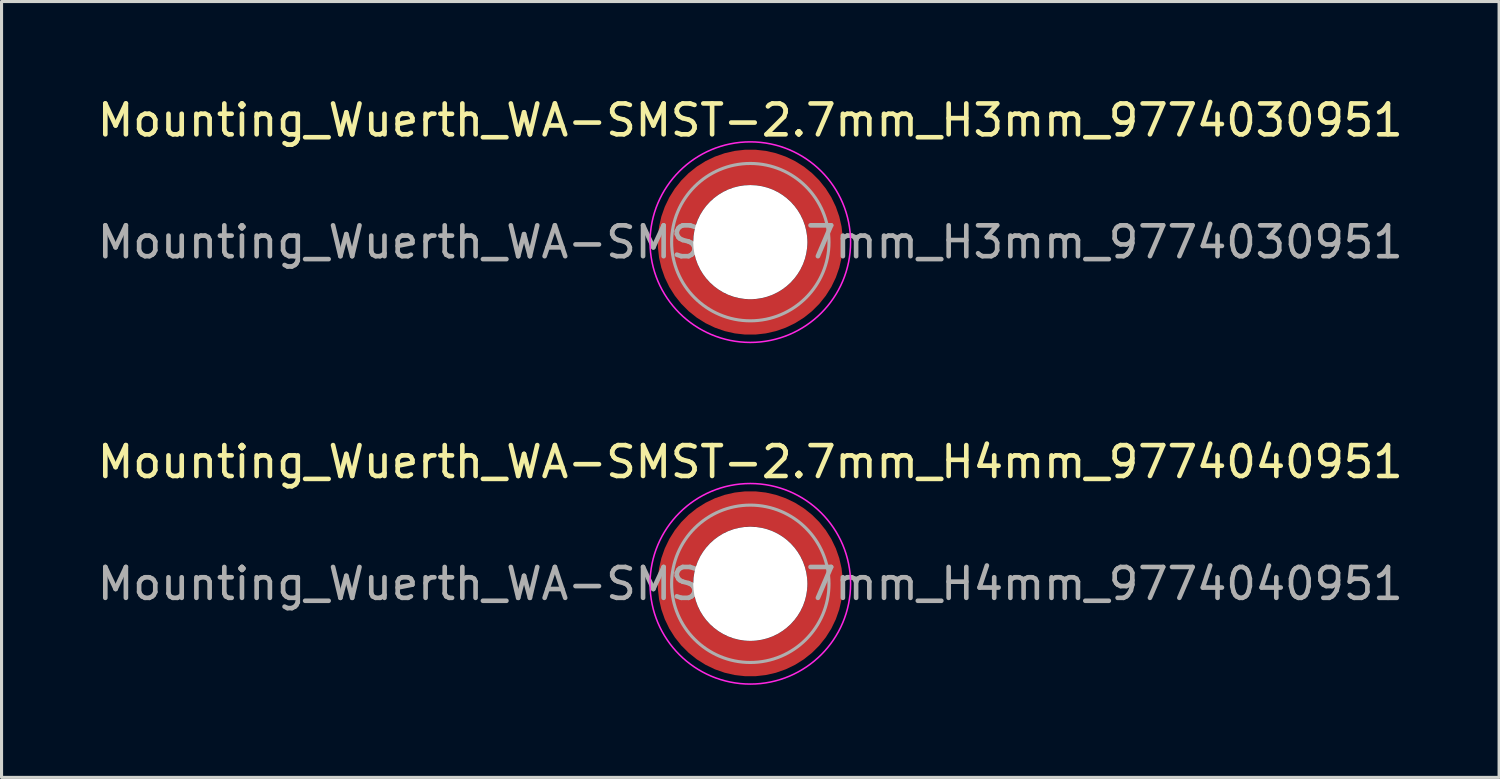
<source format=kicad_pcb>
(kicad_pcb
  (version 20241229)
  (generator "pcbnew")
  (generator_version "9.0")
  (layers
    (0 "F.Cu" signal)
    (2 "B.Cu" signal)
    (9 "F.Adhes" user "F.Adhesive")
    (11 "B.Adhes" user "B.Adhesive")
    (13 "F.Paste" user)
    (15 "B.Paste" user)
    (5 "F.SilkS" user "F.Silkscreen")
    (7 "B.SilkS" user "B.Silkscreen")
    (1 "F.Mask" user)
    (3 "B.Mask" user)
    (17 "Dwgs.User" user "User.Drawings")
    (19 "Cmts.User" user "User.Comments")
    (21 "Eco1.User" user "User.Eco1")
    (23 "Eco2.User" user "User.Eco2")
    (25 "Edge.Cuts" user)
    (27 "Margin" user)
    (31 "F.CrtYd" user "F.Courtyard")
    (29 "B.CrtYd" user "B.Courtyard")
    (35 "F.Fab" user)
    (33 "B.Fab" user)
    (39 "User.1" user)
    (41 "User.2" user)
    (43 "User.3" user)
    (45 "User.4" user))
  (footprint "Mounting_Wuerth_WA-SMST-2.7mm_H4mm_9774040951"
    (layer "F.Cu")
    (at 21.268 15.871)
    (property "Reference" "Mounting_Wuerth_WA-SMST-2.7mm_H4mm_9774040951" (at 0 -3.95 0) (layer "F.SilkS") (effects (font (size 1 1) (thickness 0.15))))
    (attr smd)
    (fp_circle (center 0 0) (end 3.25 0) (stroke (width 0.05) (type solid)) (fill no) (layer "F.CrtYd"))
    (fp_circle (center 0 0) (end 2.55 0) (stroke (width 0.1) (type solid)) (fill no) (layer "F.Fab"))
    (fp_text user "${REFERENCE}" (at 0 0 0) (layer "F.Fab") (effects (font (size 1 1) (thickness 0.15))))
    (pad "" smd custom (at -1.704 -1.704) (size 0.62 0.62) (layers "F.Paste") (options (anchor circle)) (primitives (gr_arc (start -0.250195 1.279127) (mid 0.289914 0.289914) (end 1.279127 -0.250195) (width 0.2)) (gr_arc (start -0.34334 1.279127) (mid 0.225488 0.225488) (end 1.279127 -0.34334) (width 0.2)) (gr_arc (start -0.436309 1.279127) (mid 0.161063 0.161063) (end 1.279127 -0.436309) (width 0.2)) (gr_arc (start -0.529126 1.279127) (mid 0.096638 0.096638) (end 1.279127 -0.529126) (width 0.2)) (gr_arc (start -0.621807 1.279127) (mid 0.032213 0.032213) (end 1.279127 -0.621807) (width 0.2)) (gr_arc (start -0.71437 1.279127) (mid -0.032213 -0.032213) (end 1.279127 -0.71437) (width 0.2)) (gr_arc (start -0.806826 1.279127) (mid -0.096638 -0.096638) (end 1.279127 -0.806826) (width 0.2)) (gr_arc (start -0.899187 1.279127) (mid -0.161063 -0.161063) (end 1.279127 -0.899187) (width 0.2)) (gr_arc (start -0.991463 1.279127) (mid -0.225488 -0.225488) (end 1.279127 -0.991463) (width 0.2)) (gr_arc (start -1.083663 1.279127) (mid -0.289914 -0.289914) (end 1.279127 -1.083663) (width 0.2)) (gr_line (start 1.279 -0.25) (end 1.279 -1.084) (width 0.2)) (gr_line (start -0.25 1.279) (end -1.084 1.279) (width 0.2))))
    (pad "" smd custom (at -1.704 1.704) (size 0.62 0.62) (layers "F.Paste") (options (anchor circle)) (primitives (gr_arc (start 1.279127 0.250195) (mid 0.289914 -0.289914) (end -0.250195 -1.279127) (width 0.2)) (gr_arc (start 1.279127 0.34334) (mid 0.225488 -0.225488) (end -0.34334 -1.279127) (width 0.2)) (gr_arc (start 1.279127 0.436309) (mid 0.161063 -0.161063) (end -0.436309 -1.279127) (width 0.2)) (gr_arc (start 1.279127 0.529126) (mid 0.096638 -0.096638) (end -0.529126 -1.279127) (width 0.2)) (gr_arc (start 1.279127 0.621807) (mid 0.032213 -0.032213) (end -0.621807 -1.279127) (width 0.2)) (gr_arc (start 1.279127 0.71437) (mid -0.032213 0.032213) (end -0.71437 -1.279127) (width 0.2)) (gr_arc (start 1.279127 0.806826) (mid -0.096638 0.096638) (end -0.806826 -1.279127) (width 0.2)) (gr_arc (start 1.279127 0.899187) (mid -0.161063 0.161063) (end -0.899187 -1.279127) (width 0.2)) (gr_arc (start 1.279127 0.991463) (mid -0.225488 0.225488) (end -0.991463 -1.279127) (width 0.2)) (gr_arc (start 1.279127 1.083663) (mid -0.289914 0.289914) (end -1.083663 -1.279127) (width 0.2)) (gr_line (start -0.25 -1.279) (end -1.084 -1.279) (width 0.2)) (gr_line (start 1.279 0.25) (end 1.279 1.084) (width 0.2))))
    (pad "" np_thru_hole circle (at 0 0) (size 3.7 3.7) (drill 3.7) (layers "*.Cu" "*.Mask"))
    (pad "" smd custom (at 1.704 -1.704) (size 0.62 0.62) (layers "F.Paste") (options (anchor circle)) (primitives (gr_arc (start -1.279127 -0.250195) (mid -0.289914 0.289914) (end 0.250195 1.279127) (width 0.2)) (gr_arc (start -1.279127 -0.34334) (mid -0.225488 0.225488) (end 0.34334 1.279127) (width 0.2)) (gr_arc (start -1.279127 -0.436309) (mid -0.161063 0.161063) (end 0.436309 1.279127) (width 0.2)) (gr_arc (start -1.279127 -0.529126) (mid -0.096638 0.096638) (end 0.529126 1.279127) (width 0.2)) (gr_arc (start -1.279127 -0.621807) (mid -0.032213 0.032213) (end 0.621807 1.279127) (width 0.2)) (gr_arc (start -1.279127 -0.71437) (mid 0.032213 -0.032213) (end 0.71437 1.279127) (width 0.2)) (gr_arc (start -1.279127 -0.806826) (mid 0.096638 -0.096638) (end 0.806826 1.279127) (width 0.2)) (gr_arc (start -1.279127 -0.899187) (mid 0.161063 -0.161063) (end 0.899187 1.279127) (width 0.2)) (gr_arc (start -1.279127 -0.991463) (mid 0.225488 -0.225488) (end 0.991463 1.279127) (width 0.2)) (gr_arc (start -1.279127 -1.083663) (mid 0.289914 -0.289914) (end 1.083663 1.279127) (width 0.2)) (gr_line (start 0.25 1.279) (end 1.084 1.279) (width 0.2)) (gr_line (start -1.279 -0.25) (end -1.279 -1.084) (width 0.2))))
    (pad "" smd custom (at 1.704 1.704) (size 0.62 0.62) (layers "F.Paste") (options (anchor circle)) (primitives (gr_arc (start 0.250195 -1.279127) (mid -0.289914 -0.289914) (end -1.279127 0.250195) (width 0.2)) (gr_arc (start 0.34334 -1.279127) (mid -0.225488 -0.225488) (end -1.279127 0.34334) (width 0.2)) (gr_arc (start 0.436309 -1.279127) (mid -0.161063 -0.161063) (end -1.279127 0.436309) (width 0.2)) (gr_arc (start 0.529126 -1.279127) (mid -0.096638 -0.096638) (end -1.279127 0.529126) (width 0.2)) (gr_arc (start 0.621807 -1.279127) (mid -0.032213 -0.032213) (end -1.279127 0.621807) (width 0.2)) (gr_arc (start 0.71437 -1.279127) (mid 0.032213 0.032213) (end -1.279127 0.71437) (width 0.2)) (gr_arc (start 0.806826 -1.279127) (mid 0.096638 0.096638) (end -1.279127 0.806826) (width 0.2)) (gr_arc (start 0.899187 -1.279127) (mid 0.161063 0.161063) (end -1.279127 0.899187) (width 0.2)) (gr_arc (start 0.991463 -1.279127) (mid 0.225488 0.225488) (end -1.279127 0.991463) (width 0.2)) (gr_arc (start 1.083663 -1.279127) (mid 0.289914 0.289914) (end -1.279127 1.083663) (width 0.2)) (gr_line (start -1.279 0.25) (end -1.279 1.084) (width 0.2)) (gr_line (start 0.25 -1.279) (end 1.084 -1.279) (width 0.2))))
    (pad "1" smd circle (at -2.425 0) (size 0.75 0.75) (layers "F.Cu"))
    (pad "1" smd circle (at 0 -2.425) (size 0.75 0.75) (layers "F.Cu"))
    (pad "1" smd circle (at 0 2.425) (size 0.75 0.75) (layers "F.Cu"))
    (pad "1" smd custom (at 2.425 0) (size 0.75 0.75) (layers "F.Cu" "F.Mask") (options (anchor circle)) (primitives (gr_circle (center -2.425 0) (end 0 0) (width 1.15) (fill no)))))
  (footprint "Mounting_Wuerth_WA-SMST-2.7mm_H3mm_9774030951"
    (layer "F.Cu")
    (at 21.268 4.798)
    (property "Reference" "Mounting_Wuerth_WA-SMST-2.7mm_H3mm_9774030951" (at 0 -3.95 0) (layer "F.SilkS") (effects (font (size 1 1) (thickness 0.15))))
    (attr smd)
    (fp_circle (center 0 0) (end 3.25 0) (stroke (width 0.05) (type solid)) (fill no) (layer "F.CrtYd"))
    (fp_circle (center 0 0) (end 2.55 0) (stroke (width 0.1) (type solid)) (fill no) (layer "F.Fab"))
    (fp_text user "${REFERENCE}" (at 0 0 0) (layer "F.Fab") (effects (font (size 1 1) (thickness 0.15))))
    (pad "" smd custom (at -1.704 -1.704) (size 0.62 0.62) (layers "F.Paste") (options (anchor circle)) (primitives (gr_arc (start -0.250195 1.279127) (mid 0.289914 0.289914) (end 1.279127 -0.250195) (width 0.2)) (gr_arc (start -0.34334 1.279127) (mid 0.225488 0.225488) (end 1.279127 -0.34334) (width 0.2)) (gr_arc (start -0.436309 1.279127) (mid 0.161063 0.161063) (end 1.279127 -0.436309) (width 0.2)) (gr_arc (start -0.529126 1.279127) (mid 0.096638 0.096638) (end 1.279127 -0.529126) (width 0.2)) (gr_arc (start -0.621807 1.279127) (mid 0.032213 0.032213) (end 1.279127 -0.621807) (width 0.2)) (gr_arc (start -0.71437 1.279127) (mid -0.032213 -0.032213) (end 1.279127 -0.71437) (width 0.2)) (gr_arc (start -0.806826 1.279127) (mid -0.096638 -0.096638) (end 1.279127 -0.806826) (width 0.2)) (gr_arc (start -0.899187 1.279127) (mid -0.161063 -0.161063) (end 1.279127 -0.899187) (width 0.2)) (gr_arc (start -0.991463 1.279127) (mid -0.225488 -0.225488) (end 1.279127 -0.991463) (width 0.2)) (gr_arc (start -1.083663 1.279127) (mid -0.289914 -0.289914) (end 1.279127 -1.083663) (width 0.2)) (gr_line (start 1.279 -0.25) (end 1.279 -1.084) (width 0.2)) (gr_line (start -0.25 1.279) (end -1.084 1.279) (width 0.2))))
    (pad "" smd custom (at -1.704 1.704) (size 0.62 0.62) (layers "F.Paste") (options (anchor circle)) (primitives (gr_arc (start 1.279127 0.250195) (mid 0.289914 -0.289914) (end -0.250195 -1.279127) (width 0.2)) (gr_arc (start 1.279127 0.34334) (mid 0.225488 -0.225488) (end -0.34334 -1.279127) (width 0.2)) (gr_arc (start 1.279127 0.436309) (mid 0.161063 -0.161063) (end -0.436309 -1.279127) (width 0.2)) (gr_arc (start 1.279127 0.529126) (mid 0.096638 -0.096638) (end -0.529126 -1.279127) (width 0.2)) (gr_arc (start 1.279127 0.621807) (mid 0.032213 -0.032213) (end -0.621807 -1.279127) (width 0.2)) (gr_arc (start 1.279127 0.71437) (mid -0.032213 0.032213) (end -0.71437 -1.279127) (width 0.2)) (gr_arc (start 1.279127 0.806826) (mid -0.096638 0.096638) (end -0.806826 -1.279127) (width 0.2)) (gr_arc (start 1.279127 0.899187) (mid -0.161063 0.161063) (end -0.899187 -1.279127) (width 0.2)) (gr_arc (start 1.279127 0.991463) (mid -0.225488 0.225488) (end -0.991463 -1.279127) (width 0.2)) (gr_arc (start 1.279127 1.083663) (mid -0.289914 0.289914) (end -1.083663 -1.279127) (width 0.2)) (gr_line (start -0.25 -1.279) (end -1.084 -1.279) (width 0.2)) (gr_line (start 1.279 0.25) (end 1.279 1.084) (width 0.2))))
    (pad "" np_thru_hole circle (at 0 0) (size 3.7 3.7) (drill 3.7) (layers "*.Cu" "*.Mask"))
    (pad "" smd custom (at 1.704 -1.704) (size 0.62 0.62) (layers "F.Paste") (options (anchor circle)) (primitives (gr_arc (start -1.279127 -0.250195) (mid -0.289914 0.289914) (end 0.250195 1.279127) (width 0.2)) (gr_arc (start -1.279127 -0.34334) (mid -0.225488 0.225488) (end 0.34334 1.279127) (width 0.2)) (gr_arc (start -1.279127 -0.436309) (mid -0.161063 0.161063) (end 0.436309 1.279127) (width 0.2)) (gr_arc (start -1.279127 -0.529126) (mid -0.096638 0.096638) (end 0.529126 1.279127) (width 0.2)) (gr_arc (start -1.279127 -0.621807) (mid -0.032213 0.032213) (end 0.621807 1.279127) (width 0.2)) (gr_arc (start -1.279127 -0.71437) (mid 0.032213 -0.032213) (end 0.71437 1.279127) (width 0.2)) (gr_arc (start -1.279127 -0.806826) (mid 0.096638 -0.096638) (end 0.806826 1.279127) (width 0.2)) (gr_arc (start -1.279127 -0.899187) (mid 0.161063 -0.161063) (end 0.899187 1.279127) (width 0.2)) (gr_arc (start -1.279127 -0.991463) (mid 0.225488 -0.225488) (end 0.991463 1.279127) (width 0.2)) (gr_arc (start -1.279127 -1.083663) (mid 0.289914 -0.289914) (end 1.083663 1.279127) (width 0.2)) (gr_line (start 0.25 1.279) (end 1.084 1.279) (width 0.2)) (gr_line (start -1.279 -0.25) (end -1.279 -1.084) (width 0.2))))
    (pad "" smd custom (at 1.704 1.704) (size 0.62 0.62) (layers "F.Paste") (options (anchor circle)) (primitives (gr_arc (start 0.250195 -1.279127) (mid -0.289914 -0.289914) (end -1.279127 0.250195) (width 0.2)) (gr_arc (start 0.34334 -1.279127) (mid -0.225488 -0.225488) (end -1.279127 0.34334) (width 0.2)) (gr_arc (start 0.436309 -1.279127) (mid -0.161063 -0.161063) (end -1.279127 0.436309) (width 0.2)) (gr_arc (start 0.529126 -1.279127) (mid -0.096638 -0.096638) (end -1.279127 0.529126) (width 0.2)) (gr_arc (start 0.621807 -1.279127) (mid -0.032213 -0.032213) (end -1.279127 0.621807) (width 0.2)) (gr_arc (start 0.71437 -1.279127) (mid 0.032213 0.032213) (end -1.279127 0.71437) (width 0.2)) (gr_arc (start 0.806826 -1.279127) (mid 0.096638 0.096638) (end -1.279127 0.806826) (width 0.2)) (gr_arc (start 0.899187 -1.279127) (mid 0.161063 0.161063) (end -1.279127 0.899187) (width 0.2)) (gr_arc (start 0.991463 -1.279127) (mid 0.225488 0.225488) (end -1.279127 0.991463) (width 0.2)) (gr_arc (start 1.083663 -1.279127) (mid 0.289914 0.289914) (end -1.279127 1.083663) (width 0.2)) (gr_line (start -1.279 0.25) (end -1.279 1.084) (width 0.2)) (gr_line (start 0.25 -1.279) (end 1.084 -1.279) (width 0.2))))
    (pad "1" smd circle (at -2.425 0) (size 0.75 0.75) (layers "F.Cu"))
    (pad "1" smd circle (at 0 -2.425) (size 0.75 0.75) (layers "F.Cu"))
    (pad "1" smd circle (at 0 2.425) (size 0.75 0.75) (layers "F.Cu"))
    (pad "1" smd custom (at 2.425 0) (size 0.75 0.75) (layers "F.Cu" "F.Mask") (options (anchor circle)) (primitives (gr_circle (center -2.425 0) (end 0 0) (width 1.15) (fill no)))))
  (gr_rect
    (start -3 -3)
    (end 45.536 22.146)
    (stroke (width 0.1) (type default))
    (fill no)
    (layer "Edge.Cuts")))
</source>
